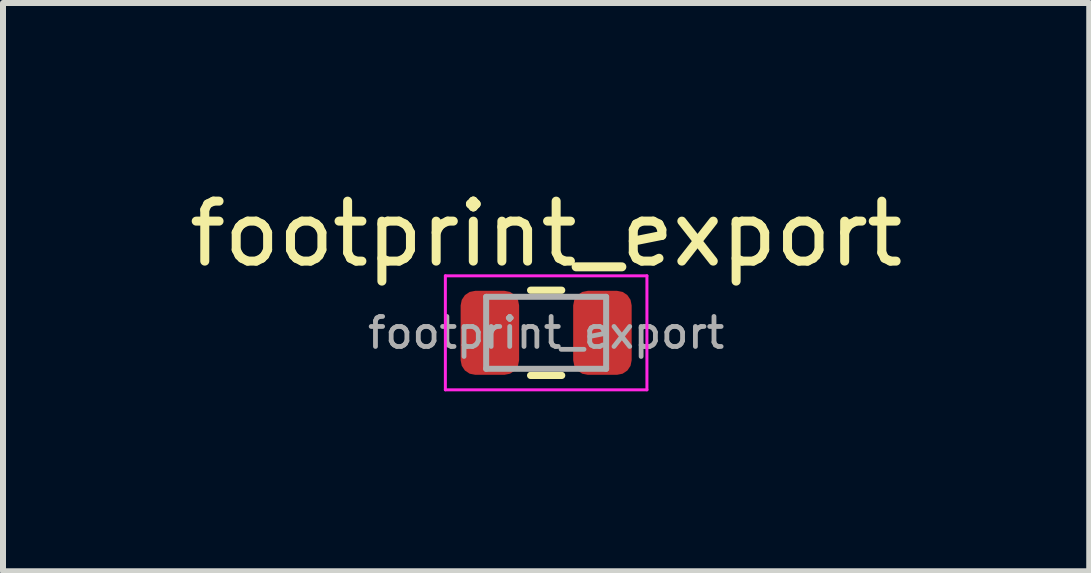
<source format=kicad_pcb>
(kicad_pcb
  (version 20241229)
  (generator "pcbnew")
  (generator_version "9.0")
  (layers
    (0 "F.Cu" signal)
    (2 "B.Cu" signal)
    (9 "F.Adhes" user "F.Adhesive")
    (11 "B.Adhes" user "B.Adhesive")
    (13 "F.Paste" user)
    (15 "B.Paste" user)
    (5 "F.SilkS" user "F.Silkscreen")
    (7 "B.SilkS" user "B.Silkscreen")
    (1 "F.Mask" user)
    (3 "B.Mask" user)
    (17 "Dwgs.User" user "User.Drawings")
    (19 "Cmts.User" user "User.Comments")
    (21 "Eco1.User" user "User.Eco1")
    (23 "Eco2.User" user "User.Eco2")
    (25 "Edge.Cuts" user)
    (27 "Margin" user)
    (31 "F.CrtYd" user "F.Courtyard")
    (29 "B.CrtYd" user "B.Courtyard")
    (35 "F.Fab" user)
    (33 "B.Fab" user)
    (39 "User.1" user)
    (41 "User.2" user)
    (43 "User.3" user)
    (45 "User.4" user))
  (footprint "footprint_export"
    (layer "F.Cu")
    (at 6.054 2.498)
    (property "Reference" "footprint_export" (at 0 -1.65 0) (layer "F.SilkS") (effects (font (size 1 1) (thickness 0.15))))
    (attr smd)
    (fp_line (start -0.259 -0.71) (end 0.259 -0.71) (stroke (width 0.12) (type solid)) (layer "F.SilkS"))
    (fp_line (start -0.259 0.71) (end 0.259 0.71) (stroke (width 0.12) (type solid)) (layer "F.SilkS"))
    (fp_line (start -1.68 -0.95) (end 1.68 -0.95) (stroke (width 0.05) (type solid)) (layer "F.CrtYd"))
    (fp_line (start -1.68 0.95) (end -1.68 -0.95) (stroke (width 0.05) (type solid)) (layer "F.CrtYd"))
    (fp_line (start 1.68 -0.95) (end 1.68 0.95) (stroke (width 0.05) (type solid)) (layer "F.CrtYd"))
    (fp_line (start 1.68 0.95) (end -1.68 0.95) (stroke (width 0.05) (type solid)) (layer "F.CrtYd"))
    (fp_line (start -1 -0.6) (end 1 -0.6) (stroke (width 0.1) (type solid)) (layer "F.Fab"))
    (fp_line (start -1 0.6) (end -1 -0.6) (stroke (width 0.1) (type solid)) (layer "F.Fab"))
    (fp_line (start 1 -0.6) (end 1 0.6) (stroke (width 0.1) (type solid)) (layer "F.Fab"))
    (fp_line (start 1 0.6) (end -1 0.6) (stroke (width 0.1) (type solid)) (layer "F.Fab"))
    (fp_text user "${REFERENCE}" (at 0 0 0) (layer "F.Fab") (effects (font (size 0.5 0.5) (thickness 0.08))))
    (pad "1" smd roundrect (at -0.938 0) (size 0.975 1.4) (layers "F.Cu" "F.Mask" "F.Paste") (roundrect_rratio 0.25))
    (pad "2" smd roundrect (at 0.938 0) (size 0.975 1.4) (layers "F.Cu" "F.Mask" "F.Paste") (roundrect_rratio 0.25)))
  (gr_rect
    (start -3 -3)
    (end 15.107 6.473)
    (stroke (width 0.1) (type default))
    (fill no)
    (layer "Edge.Cuts")))
</source>
